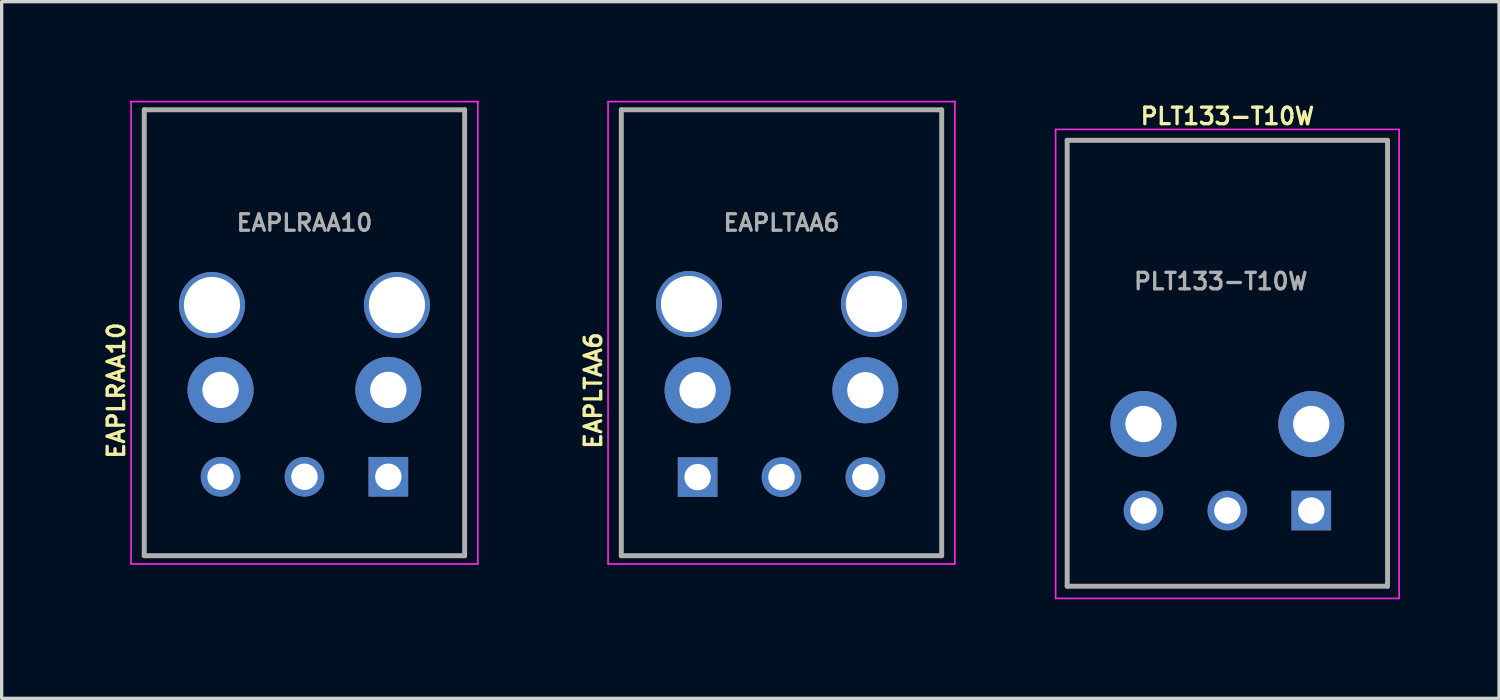
<source format=kicad_pcb>
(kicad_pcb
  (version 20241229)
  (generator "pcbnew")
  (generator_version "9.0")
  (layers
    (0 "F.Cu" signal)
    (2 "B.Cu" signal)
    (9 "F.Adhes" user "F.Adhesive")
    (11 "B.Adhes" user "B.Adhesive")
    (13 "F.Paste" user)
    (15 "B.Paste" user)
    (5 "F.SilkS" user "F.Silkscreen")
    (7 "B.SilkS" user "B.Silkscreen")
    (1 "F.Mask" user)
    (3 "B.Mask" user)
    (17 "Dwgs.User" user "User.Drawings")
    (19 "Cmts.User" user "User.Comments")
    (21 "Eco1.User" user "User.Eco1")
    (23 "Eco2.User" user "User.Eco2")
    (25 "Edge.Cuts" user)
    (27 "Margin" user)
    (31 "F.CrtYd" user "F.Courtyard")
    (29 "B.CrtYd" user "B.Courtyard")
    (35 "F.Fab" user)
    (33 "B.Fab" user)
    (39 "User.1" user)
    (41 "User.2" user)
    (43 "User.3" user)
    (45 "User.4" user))
  (footprint "PLT133-T10W"
    (layer "F.Cu")
    (at 34.111 9.868)
    (property "Reference" "PLT133-T10W" (at 0 -9.4 180) (layer "F.SilkS") (effects (font (size 0.5 0.5) (thickness 0.1))))
    (attr smd)
    (fp_line (start -5.2 -9) (end -5.2 5.2) (stroke (width 0.05) (type solid)) (layer "F.CrtYd"))
    (fp_line (start -5.2 -9) (end 5.2 -9) (stroke (width 0.05) (type solid)) (layer "F.CrtYd"))
    (fp_line (start -5.2 5.2) (end 5.2 5.2) (stroke (width 0.05) (type solid)) (layer "F.CrtYd"))
    (fp_line (start 5.2 -9) (end 5.2 5.2) (stroke (width 0.05) (type solid)) (layer "F.CrtYd"))
    (fp_line (start -4.85 -8.67) (end -4.85 4.83) (stroke (width 0.15) (type solid)) (layer "F.Fab"))
    (fp_line (start -4.85 4.83) (end 4.85 4.83) (stroke (width 0.15) (type solid)) (layer "F.Fab"))
    (fp_line (start 4.85 -8.67) (end -4.85 -8.67) (stroke (width 0.15) (type solid)) (layer "F.Fab"))
    (fp_line (start 4.85 4.83) (end 4.85 -8.67) (stroke (width 0.15) (type solid)) (layer "F.Fab"))
    (fp_text user "${REFERENCE}" (at -0.2 -4.4 0) (layer "F.Fab") (effects (font (size 0.5 0.5) (thickness 0.1))))
    (pad "1" thru_hole rect (at 2.54 2.54) (size 1.2 1.2) (drill 0.8) (layers "*.Cu" "*.Mask"))
    (pad "2" thru_hole circle (at 0 2.54) (size 1.2 1.2) (drill 0.8) (layers "*.Cu" "*.Mask"))
    (pad "3" thru_hole circle (at -2.54 2.54) (size 1.2 1.2) (drill 0.8) (layers "*.Cu" "*.Mask"))
    (pad "4" thru_hole circle (at -2.54 -0.08) (size 2 2) (drill 1.1) (layers "*.Cu" "*.Mask"))
    (pad "5" thru_hole circle (at 2.54 -0.08) (size 2 2) (drill 1.1) (layers "*.Cu" "*.Mask")))
  (footprint "EAPLTAA6"
    (layer "F.Cu")
    (at 20.611 8.775)
    (property "Reference" "EAPLTAA6" (at -5.7 0 270) (layer "F.SilkS") (effects (font (size 0.5 0.5) (thickness 0.1))))
    (attr smd)
    (fp_line (start -5.25 -8.75) (end -5.25 5.25) (stroke (width 0.05) (type solid)) (layer "F.CrtYd"))
    (fp_line (start -5.25 -8.75) (end 5.25 -8.75) (stroke (width 0.05) (type solid)) (layer "F.CrtYd"))
    (fp_line (start -5.25 5.25) (end 5.25 5.25) (stroke (width 0.05) (type solid)) (layer "F.CrtYd"))
    (fp_line (start 5.25 -8.75) (end 5.25 5.25) (stroke (width 0.05) (type solid)) (layer "F.CrtYd"))
    (fp_line (start -4.85 -8.5) (end -4.85 5) (stroke (width 0.15) (type solid)) (layer "F.Fab"))
    (fp_line (start -4.85 5) (end 4.85 5) (stroke (width 0.15) (type solid)) (layer "F.Fab"))
    (fp_line (start 4.85 -8.5) (end -4.85 -8.5) (stroke (width 0.15) (type solid)) (layer "F.Fab"))
    (fp_line (start 4.85 5) (end 4.85 -8.5) (stroke (width 0.15) (type solid)) (layer "F.Fab"))
    (fp_text user "${REFERENCE}" (at 0 -5.08 0) (layer "F.Fab") (effects (font (size 0.5 0.5) (thickness 0.1))))
    (pad "" thru_hole circle (at -2.8 -2.62) (size 2 2) (drill 1.7) (layers "*.Cu" "*.Mask"))
    (pad "" thru_hole circle (at 2.8 -2.62) (size 2 2) (drill 1.7) (layers "*.Cu" "*.Mask"))
    (pad "1" thru_hole rect (at -2.54 2.62) (size 1.2 1.2) (drill 0.8) (layers "*.Cu" "*.Mask"))
    (pad "2" thru_hole circle (at 0 2.62) (size 1.2 1.2) (drill 0.8) (layers "*.Cu" "*.Mask"))
    (pad "3" thru_hole circle (at 2.54 2.62) (size 1.2 1.2) (drill 0.8) (layers "*.Cu" "*.Mask"))
    (pad "4" thru_hole circle (at 2.54 -0.01) (size 2 2) (drill 1.1) (layers "*.Cu" "*.Mask"))
    (pad "5" thru_hole circle (at -2.54 -0.01) (size 2 2) (drill 1.1) (layers "*.Cu" "*.Mask")))
  (footprint "EAPLRAA10"
    (layer "F.Cu")
    (at 6.168 8.775)
    (property "Reference" "EAPLRAA10" (at -5.7 0 270) (layer "F.SilkS") (effects (font (size 0.5 0.5) (thickness 0.1))))
    (attr smd)
    (fp_line (start -5.25 -8.75) (end -5.25 5.25) (stroke (width 0.05) (type solid)) (layer "F.CrtYd"))
    (fp_line (start -5.25 -8.75) (end 5.25 -8.75) (stroke (width 0.05) (type solid)) (layer "F.CrtYd"))
    (fp_line (start -5.25 5.25) (end 5.25 5.25) (stroke (width 0.05) (type solid)) (layer "F.CrtYd"))
    (fp_line (start 5.25 -8.75) (end 5.25 5.25) (stroke (width 0.05) (type solid)) (layer "F.CrtYd"))
    (fp_line (start -4.85 -8.5) (end -4.85 5) (stroke (width 0.15) (type solid)) (layer "F.Fab"))
    (fp_line (start -4.85 5) (end 4.85 5) (stroke (width 0.15) (type solid)) (layer "F.Fab"))
    (fp_line (start 4.85 -8.5) (end -4.85 -8.5) (stroke (width 0.15) (type solid)) (layer "F.Fab"))
    (fp_line (start 4.85 5) (end 4.85 -8.5) (stroke (width 0.15) (type solid)) (layer "F.Fab"))
    (fp_text user "${REFERENCE}" (at 0 -5.08 0) (layer "F.Fab") (effects (font (size 0.5 0.5) (thickness 0.1))))
    (pad "" thru_hole circle (at -2.8 -2.59) (size 2 2) (drill 1.7) (layers "*.Cu" "*.Mask"))
    (pad "" thru_hole circle (at 2.8 -2.59) (size 2 2) (drill 1.7) (layers "*.Cu" "*.Mask"))
    (pad "1" thru_hole rect (at 2.54 2.61) (size 1.2 1.2) (drill 0.8) (layers "*.Cu" "*.Mask"))
    (pad "2" thru_hole circle (at 0 2.61) (size 1.2 1.2) (drill 0.8) (layers "*.Cu" "*.Mask"))
    (pad "3" thru_hole circle (at -2.54 2.61) (size 1.2 1.2) (drill 0.8) (layers "*.Cu" "*.Mask"))
    (pad "4" thru_hole circle (at 2.54 -0.02) (size 2 2) (drill 1.1) (layers "*.Cu" "*.Mask"))
    (pad "5" thru_hole circle (at -2.54 -0.02) (size 2 2) (drill 1.1) (layers "*.Cu" "*.Mask")))
  (gr_rect
    (start -3 -3)
    (end 42.336 18.093)
    (stroke (width 0.1) (type default))
    (fill no)
    (layer "Edge.Cuts")))
</source>
